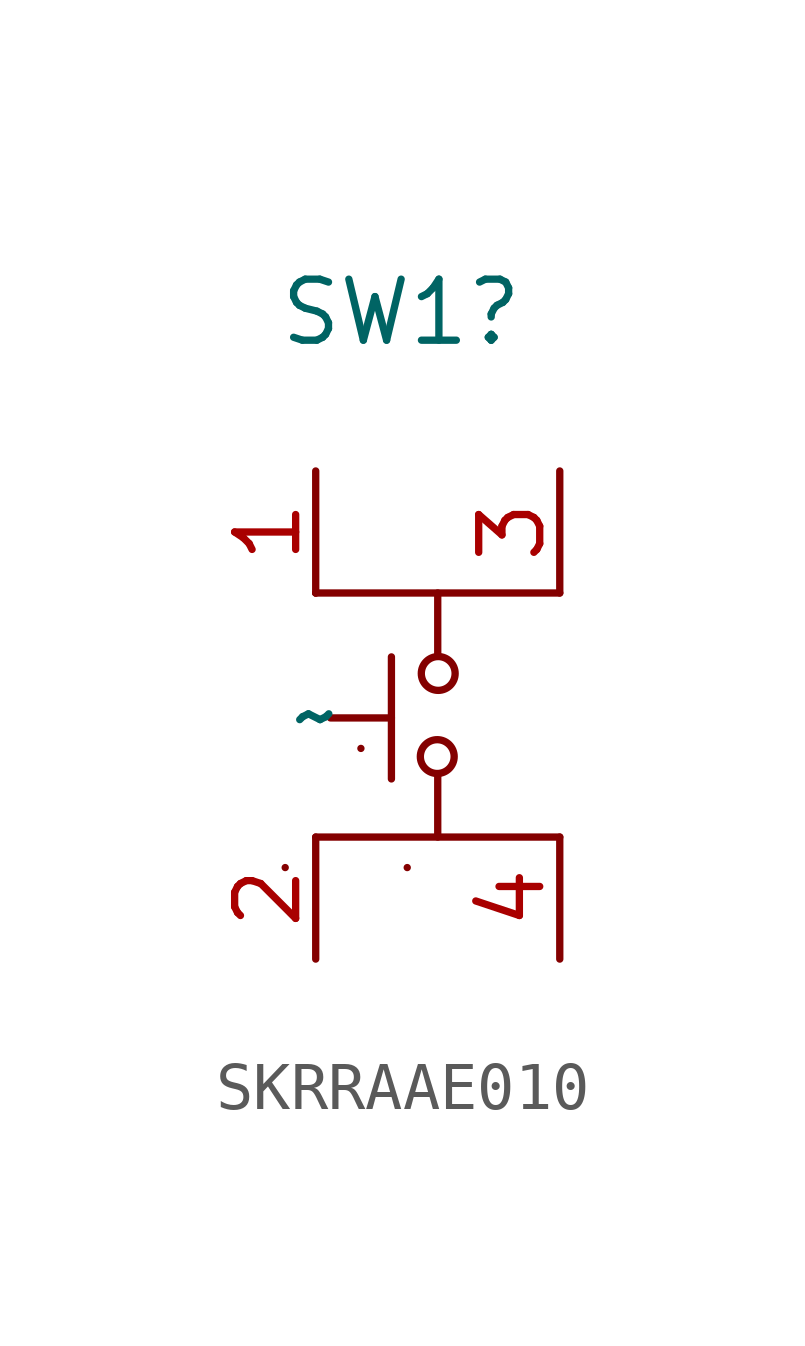
<source format=kicad_sym>
(kicad_symbol_lib
  (version 20241209)
  (generator "kicad_symbol_editor")
  (generator_version "9.0")
  (symbol "SKRRAAE010"
    (property "Reference" "SW1"
      (at 1.778 10.922 0)
      (effects (font (size 1.27 1.27))))
    (property "Value" "~"
      (at 0 2.54 0)
      (effects (font (size 1.27 1.27))))
    (symbol "SKRRAAE010_0_1"
      (polyline (pts (xy -0.635 -0.635) (xy -0.635 -0.635)) (stroke (width 0) (type default)) (fill (type none)))
      (polyline (pts (xy 0 5.08) (xy 0 5.08)) (stroke (width 0) (type default)) (fill (type none)))
      (polyline (pts (xy 0 5.08) (xy 5.08 5.08)) (stroke (width 0) (type default)) (fill (type none)))
      (polyline (pts (xy 0.941 1.845) (xy 0.941 1.845)) (stroke (width 0) (type default)) (fill (type none)))
      (polyline (pts (xy 1.576 3.75) (xy 1.576 1.21)) (stroke (width 0) (type default)) (fill (type none)))
      (polyline (pts (xy 1.576 2.48) (xy 0.306 2.48)) (stroke (width 0) (type default)) (fill (type none)))
      (polyline (pts (xy 1.905 -0.635) (xy 1.905 -0.635)) (stroke (width 0) (type default)) (fill (type none)))
      (circle (center 2.53 1.675) (radius 0.352) (stroke (width 0) (type default)) (fill (type none)))
      (polyline (pts (xy 2.54 5.08) (xy 2.54 3.81)) (stroke (width 0) (type default)) (fill (type none)))
      (polyline (pts (xy 2.54 0) (xy 2.54 1.27)) (stroke (width 0) (type default)) (fill (type none)))
      (circle (center 2.55 3.405) (radius 0.352) (stroke (width 0) (type default)) (fill (type none)))
      (polyline (pts (xy 5.08 0) (xy 0 0)) (stroke (width 0) (type default)) (fill (type none))))
    (symbol "SKRRAAE010_1_1"
      (pin bidirectional line (at 0 7.62 270) (length 2.54) (name "" (effects (font (size 1.27 1.27)))) (number "1" (effects (font (size 1.27 1.27)))))
      (pin bidirectional line (at 0 -2.54 90) (length 2.54) (name "" (effects (font (size 1.27 1.27)))) (number "2" (effects (font (size 1.27 1.27)))))
      (pin bidirectional line (at 5.08 7.62 270) (length 2.54) (name "" (effects (font (size 1.27 1.27)))) (number "3" (effects (font (size 1.27 1.27)))))
      (pin bidirectional line (at 5.08 -2.54 90) (length 2.54) (name "" (effects (font (size 1.27 1.27)))) (number "4" (effects (font (size 1.27 1.27))))))))
</source>
